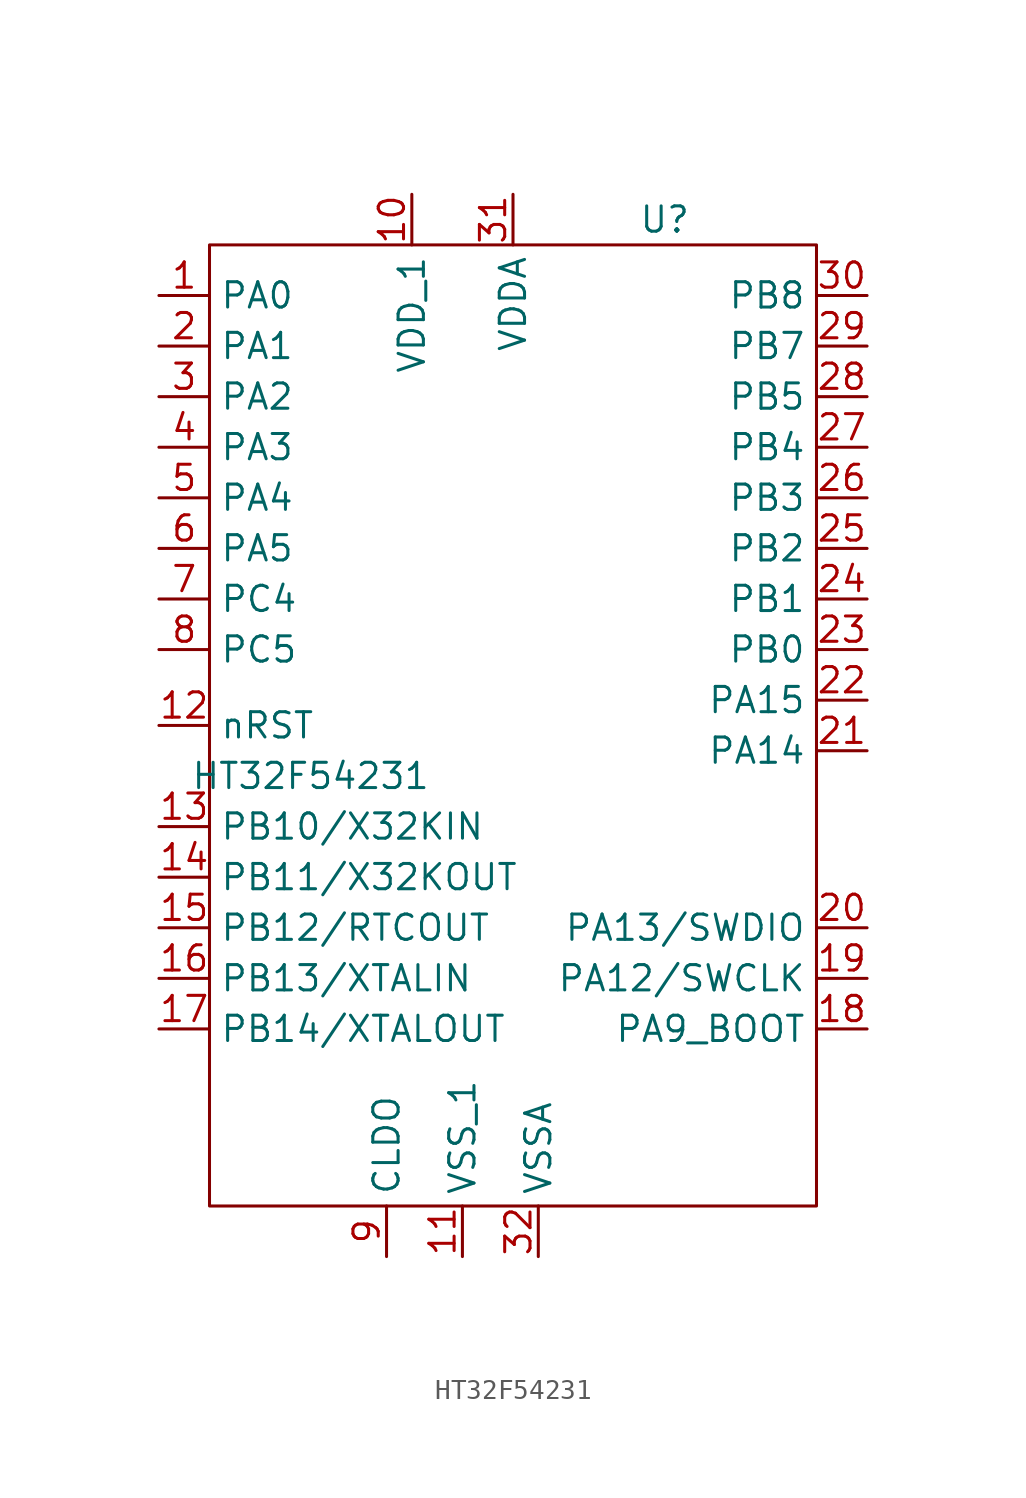
<source format=kicad_sym>
(kicad_symbol_lib
  (version 20220914)
  (generator kicad_symbol_editor)
  (symbol "HT32F54231"
    (property "Reference" "U"
      (at 7.62 25.4 0)
      (effects (font (size 1.27 1.27))))
    (property "Value" "HT32F54231"
      (at -10.16 -2.54 0)
      (effects (font (size 1.27 1.27))))
    (symbol "HT32F54231_0_1"
      (rectangle (start -15.24 24.13) (end 15.24 -24.13) (stroke (width 0) (type default)) (fill (type none))))
    (symbol "HT32F54231_1_0"
      (pin input line (at 17.78 -15.24 180) (length 2.54) (name "PA9_BOOT" (effects (font (size 1.27 1.27)))) (number "18" (effects (font (size 1.27 1.27))))))
    (symbol "HT32F54231_1_1"
      (pin bidirectional line (at -17.78 21.59 0) (length 2.54) (name "PA0" (effects (font (size 1.27 1.27)))) (number "1" (effects (font (size 1.27 1.27)))))
      (pin power_in line (at -5.08 26.67 270) (length 2.54) (name "VDD_1" (effects (font (size 1.27 1.27)))) (number "10" (effects (font (size 1.27 1.27)))))
      (pin power_in line (at -2.54 -26.67 90) (length 2.54) (name "VSS_1" (effects (font (size 1.27 1.27)))) (number "11" (effects (font (size 1.27 1.27)))))
      (pin input line (at -17.78 0 0) (length 2.54) (name "nRST" (effects (font (size 1.27 1.27)))) (number "12" (effects (font (size 1.27 1.27)))))
      (pin bidirectional line (at -17.78 -5.08 0) (length 2.54) (name "PB10/X32KIN" (effects (font (size 1.27 1.27)))) (number "13" (effects (font (size 1.27 1.27)))))
      (pin bidirectional line (at -17.78 -7.62 0) (length 2.54) (name "PB11/X32KOUT" (effects (font (size 1.27 1.27)))) (number "14" (effects (font (size 1.27 1.27)))))
      (pin bidirectional line (at -17.78 -10.16 0) (length 2.54) (name "PB12/RTCOUT" (effects (font (size 1.27 1.27)))) (number "15" (effects (font (size 1.27 1.27)))))
      (pin bidirectional line (at -17.78 -12.7 0) (length 2.54) (name "PB13/XTALIN" (effects (font (size 1.27 1.27)))) (number "16" (effects (font (size 1.27 1.27)))))
      (pin bidirectional line (at -17.78 -15.24 0) (length 2.54) (name "PB14/XTALOUT" (effects (font (size 1.27 1.27)))) (number "17" (effects (font (size 1.27 1.27)))))
      (pin bidirectional line (at 17.78 -12.7 180) (length 2.54) (name "PA12/SWCLK" (effects (font (size 1.27 1.27)))) (number "19" (effects (font (size 1.27 1.27)))))
      (pin bidirectional line (at -17.78 19.05 0) (length 2.54) (name "PA1" (effects (font (size 1.27 1.27)))) (number "2" (effects (font (size 1.27 1.27)))))
      (pin bidirectional line (at 17.78 -10.16 180) (length 2.54) (name "PA13/SWDIO" (effects (font (size 1.27 1.27)))) (number "20" (effects (font (size 1.27 1.27)))))
      (pin bidirectional line (at 17.78 -1.27 180) (length 2.54) (name "PA14" (effects (font (size 1.27 1.27)))) (number "21" (effects (font (size 1.27 1.27)))))
      (pin bidirectional line (at 17.78 1.27 180) (length 2.54) (name "PA15" (effects (font (size 1.27 1.27)))) (number "22" (effects (font (size 1.27 1.27)))))
      (pin bidirectional line (at 17.78 3.81 180) (length 2.54) (name "PB0" (effects (font (size 1.27 1.27)))) (number "23" (effects (font (size 1.27 1.27)))))
      (pin bidirectional line (at 17.78 6.35 180) (length 2.54) (name "PB1" (effects (font (size 1.27 1.27)))) (number "24" (effects (font (size 1.27 1.27)))))
      (pin bidirectional line (at 17.78 8.89 180) (length 2.54) (name "PB2" (effects (font (size 1.27 1.27)))) (number "25" (effects (font (size 1.27 1.27)))))
      (pin bidirectional line (at 17.78 11.43 180) (length 2.54) (name "PB3" (effects (font (size 1.27 1.27)))) (number "26" (effects (font (size 1.27 1.27)))))
      (pin bidirectional line (at 17.78 13.97 180) (length 2.54) (name "PB4" (effects (font (size 1.27 1.27)))) (number "27" (effects (font (size 1.27 1.27)))))
      (pin bidirectional line (at 17.78 16.51 180) (length 2.54) (name "PB5" (effects (font (size 1.27 1.27)))) (number "28" (effects (font (size 1.27 1.27)))))
      (pin bidirectional line (at 17.78 19.05 180) (length 2.54) (name "PB7" (effects (font (size 1.27 1.27)))) (number "29" (effects (font (size 1.27 1.27)))))
      (pin bidirectional line (at -17.78 16.51 0) (length 2.54) (name "PA2" (effects (font (size 1.27 1.27)))) (number "3" (effects (font (size 1.27 1.27)))))
      (pin bidirectional line (at 17.78 21.59 180) (length 2.54) (name "PB8" (effects (font (size 1.27 1.27)))) (number "30" (effects (font (size 1.27 1.27)))))
      (pin power_in line (at 0 26.67 270) (length 2.54) (name "VDDA" (effects (font (size 1.27 1.27)))) (number "31" (effects (font (size 1.27 1.27)))))
      (pin power_in line (at 1.27 -26.67 90) (length 2.54) (name "VSSA" (effects (font (size 1.27 1.27)))) (number "32" (effects (font (size 1.27 1.27)))))
      (pin bidirectional line (at -17.78 13.97 0) (length 2.54) (name "PA3" (effects (font (size 1.27 1.27)))) (number "4" (effects (font (size 1.27 1.27)))))
      (pin bidirectional line (at -17.78 11.43 0) (length 2.54) (name "PA4" (effects (font (size 1.27 1.27)))) (number "5" (effects (font (size 1.27 1.27)))))
      (pin bidirectional line (at -17.78 8.89 0) (length 2.54) (name "PA5" (effects (font (size 1.27 1.27)))) (number "6" (effects (font (size 1.27 1.27)))))
      (pin bidirectional line (at -17.78 6.35 0) (length 2.54) (name "PC4" (effects (font (size 1.27 1.27)))) (number "7" (effects (font (size 1.27 1.27)))))
      (pin bidirectional line (at -17.78 3.81 0) (length 2.54) (name "PC5" (effects (font (size 1.27 1.27)))) (number "8" (effects (font (size 1.27 1.27)))))
      (pin unspecified line (at -6.35 -26.67 90) (length 2.54) (name "CLDO" (effects (font (size 1.27 1.27)))) (number "9" (effects (font (size 1.27 1.27))))))))
</source>
